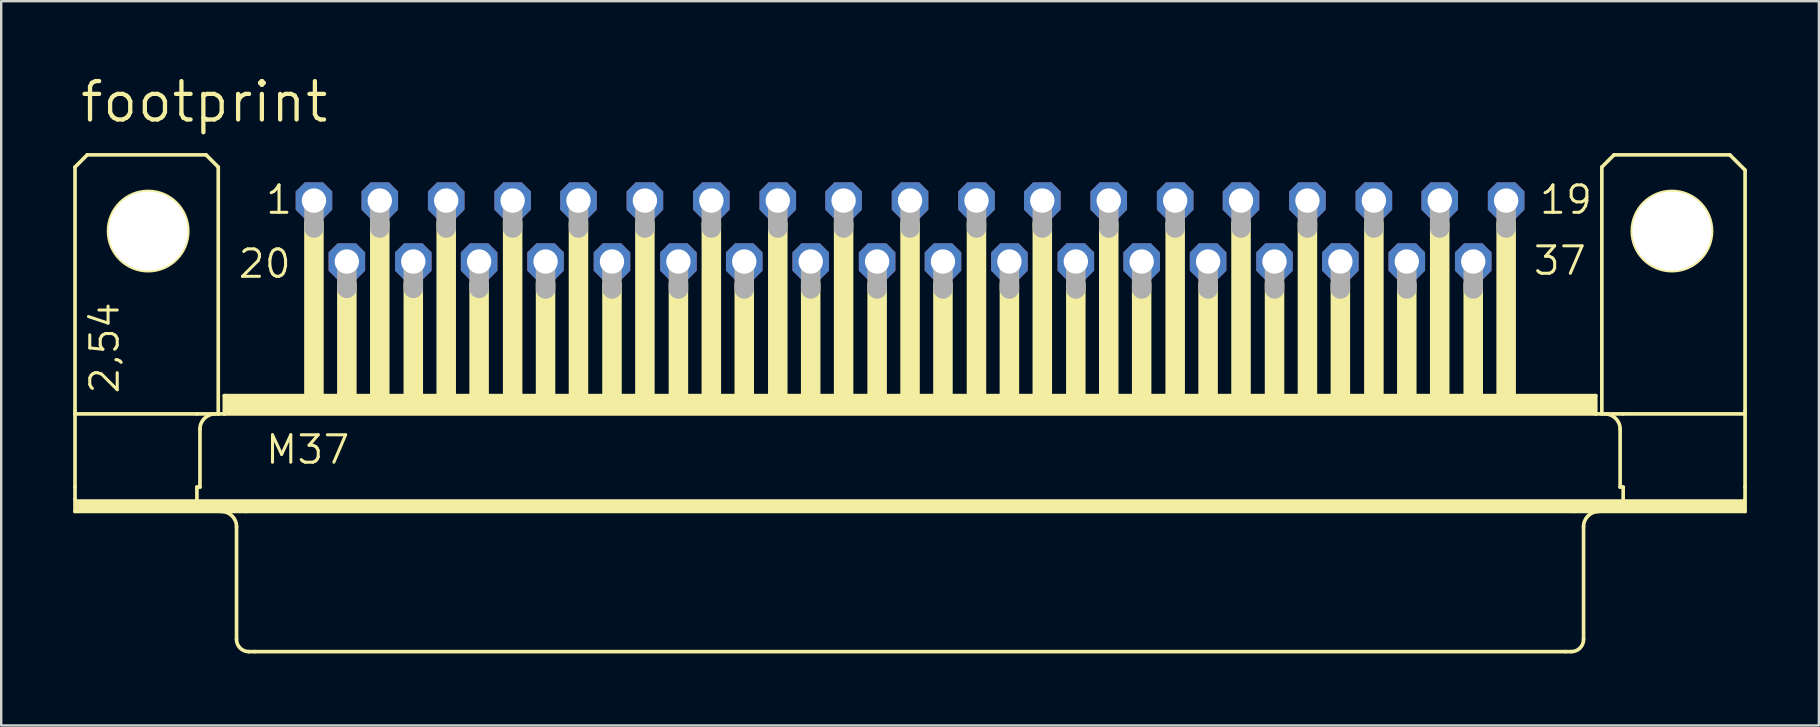
<source format=kicad_pcb>
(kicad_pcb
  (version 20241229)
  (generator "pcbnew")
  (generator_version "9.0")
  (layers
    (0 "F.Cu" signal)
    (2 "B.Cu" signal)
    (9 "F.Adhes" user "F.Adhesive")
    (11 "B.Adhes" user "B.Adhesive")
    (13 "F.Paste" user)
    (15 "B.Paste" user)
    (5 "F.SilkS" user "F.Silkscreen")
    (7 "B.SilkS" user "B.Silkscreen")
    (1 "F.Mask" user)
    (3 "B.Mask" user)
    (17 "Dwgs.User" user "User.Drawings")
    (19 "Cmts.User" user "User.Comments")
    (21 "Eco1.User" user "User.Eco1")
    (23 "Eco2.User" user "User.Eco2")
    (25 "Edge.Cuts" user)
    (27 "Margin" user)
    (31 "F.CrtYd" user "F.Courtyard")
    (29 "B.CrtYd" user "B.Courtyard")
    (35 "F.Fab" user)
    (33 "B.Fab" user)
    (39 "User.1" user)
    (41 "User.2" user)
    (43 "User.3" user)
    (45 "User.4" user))
  (footprint "footprint"
    (layer "F.Cu")
    (at 34.874 6.579)
    (property "Reference" "footprint" (at -34.671 -4.445 0) (layer "F.SilkS") (effects (font (size 1.6 1.6) (thickness 0.178)) (justify left bottom)))
    (fp_line (start -34.798 -2.667) (end -34.798 7.493) (stroke (width 0.152) (type solid)) (layer "F.SilkS"))
    (fp_line (start -34.798 7.62) (end -34.798 7.493) (stroke (width 0.152) (type solid)) (layer "F.SilkS"))
    (fp_line (start -34.798 10.668) (end -34.798 7.62) (stroke (width 0.152) (type solid)) (layer "F.SilkS"))
    (fp_line (start -34.798 11.176) (end -34.798 10.668) (stroke (width 0.152) (type solid)) (layer "F.SilkS"))
    (fp_line (start -34.798 11.684) (end -34.798 11.176) (stroke (width 0.152) (type solid)) (layer "F.SilkS"))
    (fp_line (start -34.29 -3.175) (end -34.798 -2.667) (stroke (width 0.152) (type solid)) (layer "F.SilkS"))
    (fp_line (start -29.718 7.62) (end -34.798 7.62) (stroke (width 0.152) (type solid)) (layer "F.SilkS"))
    (fp_line (start -29.718 10.668) (end -29.718 11.176) (stroke (width 0.152) (type solid)) (layer "F.SilkS"))
    (fp_line (start -29.591 8.255) (end -29.591 10.668) (stroke (width 0.152) (type solid)) (layer "F.SilkS"))
    (fp_line (start -29.591 10.668) (end -29.718 10.668) (stroke (width 0.152) (type solid)) (layer "F.SilkS"))
    (fp_line (start -29.337 -3.175) (end -34.29 -3.175) (stroke (width 0.152) (type solid)) (layer "F.SilkS"))
    (fp_line (start -28.829 -2.667) (end -29.337 -3.175) (stroke (width 0.152) (type solid)) (layer "F.SilkS"))
    (fp_line (start -28.829 -2.667) (end -28.829 7.62) (stroke (width 0.152) (type solid)) (layer "F.SilkS"))
    (fp_line (start -28.829 7.62) (end -29.718 7.62) (stroke (width 0.152) (type solid)) (layer "F.SilkS"))
    (fp_line (start -28.575 7.62) (end -28.829 7.62) (stroke (width 0.152) (type solid)) (layer "F.SilkS"))
    (fp_line (start -28.575 7.62) (end -28.575 6.858) (stroke (width 0.152) (type solid)) (layer "F.SilkS"))
    (fp_line (start -28.067 12.319) (end -28.067 17.018) (stroke (width 0.152) (type solid)) (layer "F.SilkS"))
    (fp_line (start -27.686 11.684) (end -34.798 11.684) (stroke (width 0.152) (type solid)) (layer "F.SilkS"))
    (fp_line (start -27.305 17.526) (end -27.559 17.526) (stroke (width 0.152) (type solid)) (layer "F.SilkS"))
    (fp_line (start 27.305 17.526) (end -27.305 17.526) (stroke (width 0.152) (type solid)) (layer "F.SilkS"))
    (fp_line (start 27.559 17.526) (end 27.305 17.526) (stroke (width 0.152) (type solid)) (layer "F.SilkS"))
    (fp_line (start 27.686 11.684) (end -27.686 11.684) (stroke (width 0.152) (type solid)) (layer "F.SilkS"))
    (fp_line (start 28.067 12.319) (end 28.067 17.018) (stroke (width 0.152) (type solid)) (layer "F.SilkS"))
    (fp_line (start 28.575 6.858) (end -28.575 6.858) (stroke (width 0.152) (type solid)) (layer "F.SilkS"))
    (fp_line (start 28.575 7.62) (end -28.575 7.62) (stroke (width 0.152) (type solid)) (layer "F.SilkS"))
    (fp_line (start 28.575 7.62) (end 28.575 6.858) (stroke (width 0.152) (type solid)) (layer "F.SilkS"))
    (fp_line (start 28.829 -2.667) (end 28.829 7.62) (stroke (width 0.152) (type solid)) (layer "F.SilkS"))
    (fp_line (start 28.829 7.62) (end 28.575 7.62) (stroke (width 0.152) (type solid)) (layer "F.SilkS"))
    (fp_line (start 29.337 -3.175) (end 28.829 -2.667) (stroke (width 0.152) (type solid)) (layer "F.SilkS"))
    (fp_line (start 29.337 -3.175) (end 34.163 -3.175) (stroke (width 0.152) (type solid)) (layer "F.SilkS"))
    (fp_line (start 29.591 8.255) (end 29.591 10.668) (stroke (width 0.152) (type solid)) (layer "F.SilkS"))
    (fp_line (start 29.718 7.62) (end 28.829 7.62) (stroke (width 0.152) (type solid)) (layer "F.SilkS"))
    (fp_line (start 29.718 10.668) (end 29.591 10.668) (stroke (width 0.152) (type solid)) (layer "F.SilkS"))
    (fp_line (start 29.718 10.668) (end 29.718 11.176) (stroke (width 0.152) (type solid)) (layer "F.SilkS"))
    (fp_line (start 34.163 -3.175) (end 34.798 -2.54) (stroke (width 0.152) (type solid)) (layer "F.SilkS"))
    (fp_line (start 34.798 -2.54) (end 34.798 7.493) (stroke (width 0.152) (type solid)) (layer "F.SilkS"))
    (fp_line (start 34.798 7.62) (end 29.718 7.62) (stroke (width 0.152) (type solid)) (layer "F.SilkS"))
    (fp_line (start 34.798 7.62) (end 34.798 7.493) (stroke (width 0.152) (type solid)) (layer "F.SilkS"))
    (fp_line (start 34.798 7.62) (end 34.798 10.668) (stroke (width 0.152) (type solid)) (layer "F.SilkS"))
    (fp_line (start 34.798 10.668) (end 34.798 11.176) (stroke (width 0.152) (type solid)) (layer "F.SilkS"))
    (fp_line (start 34.798 11.176) (end 34.798 11.684) (stroke (width 0.152) (type solid)) (layer "F.SilkS"))
    (fp_line (start 34.798 11.684) (end 27.686 11.684) (stroke (width 0.152) (type solid)) (layer "F.SilkS"))
    (fp_arc (start -29.591 8.255) (mid -29.405013 7.805987) (end -28.956 7.62) (stroke (width 0.1524) (type solid)) (layer "F.SilkS"))
    (fp_arc (start -28.702 11.684) (mid -28.252987 11.869987) (end -28.067 12.319) (stroke (width 0.1524) (type solid)) (layer "F.SilkS"))
    (fp_arc (start -27.559 17.526) (mid -27.91821 17.37721) (end -28.067 17.018) (stroke (width 0.1524) (type solid)) (layer "F.SilkS"))
    (fp_arc (start 28.067 12.319) (mid 28.252987 11.869987) (end 28.702 11.684) (stroke (width 0.1524) (type solid)) (layer "F.SilkS"))
    (fp_arc (start 28.067 17.018) (mid 27.91821 17.37721) (end 27.559 17.526) (stroke (width 0.1524) (type solid)) (layer "F.SilkS"))
    (fp_arc (start 28.956 7.62) (mid 29.405013 7.805987) (end 29.591 8.255) (stroke (width 0.1524) (type solid)) (layer "F.SilkS"))
    (fp_circle (center -31.75 0) (end -30.099 0) (stroke (width 0.152) (type solid)) (fill no) (layer "F.SilkS"))
    (fp_circle (center 31.75 0) (end 33.401 0) (stroke (width 0.152) (type solid)) (fill no) (layer "F.SilkS"))
    (fp_poly (pts (xy -34.798 11.684) (xy 34.798 11.684) (xy 34.798 11.176) (xy -34.798 11.176)) (stroke (width 0) (type solid)) (fill yes) (layer "F.SilkS"))
    (fp_poly (pts (xy -28.575 7.62) (xy 28.575 7.62) (xy 28.575 6.858) (xy -28.575 6.858)) (stroke (width 0) (type solid)) (fill yes) (layer "F.SilkS"))
    (fp_poly (pts (xy -25.248 6.833) (xy -24.435 6.833) (xy -24.435 -0.406) (xy -25.248 -0.406)) (stroke (width 0) (type solid)) (fill yes) (layer "F.SilkS"))
    (fp_poly (pts (xy -23.876 6.833) (xy -23.063 6.833) (xy -23.063 2.134) (xy -23.876 2.134)) (stroke (width 0) (type solid)) (fill yes) (layer "F.SilkS"))
    (fp_poly (pts (xy -22.504 6.833) (xy -21.692 6.833) (xy -21.692 -0.406) (xy -22.504 -0.406)) (stroke (width 0) (type solid)) (fill yes) (layer "F.SilkS"))
    (fp_poly (pts (xy -21.107 6.833) (xy -20.295 6.833) (xy -20.295 2.134) (xy -21.107 2.134)) (stroke (width 0) (type solid)) (fill yes) (layer "F.SilkS"))
    (fp_poly (pts (xy -19.736 6.833) (xy -18.923 6.833) (xy -18.923 -0.406) (xy -19.736 -0.406)) (stroke (width 0) (type solid)) (fill yes) (layer "F.SilkS"))
    (fp_poly (pts (xy -18.364 6.833) (xy -17.551 6.833) (xy -17.551 2.134) (xy -18.364 2.134)) (stroke (width 0) (type solid)) (fill yes) (layer "F.SilkS"))
    (fp_poly (pts (xy -16.967 6.833) (xy -16.154 6.833) (xy -16.154 -0.406) (xy -16.967 -0.406)) (stroke (width 0) (type solid)) (fill yes) (layer "F.SilkS"))
    (fp_poly (pts (xy -15.596 6.833) (xy -14.783 6.833) (xy -14.783 2.134) (xy -15.596 2.134)) (stroke (width 0) (type solid)) (fill yes) (layer "F.SilkS"))
    (fp_poly (pts (xy -14.224 6.858) (xy -13.411 6.858) (xy -13.411 -0.381) (xy -14.224 -0.381)) (stroke (width 0) (type solid)) (fill yes) (layer "F.SilkS"))
    (fp_poly (pts (xy -12.827 6.858) (xy -12.014 6.858) (xy -12.014 2.159) (xy -12.827 2.159)) (stroke (width 0) (type solid)) (fill yes) (layer "F.SilkS"))
    (fp_poly (pts (xy -11.455 6.858) (xy -10.643 6.858) (xy -10.643 -0.381) (xy -11.455 -0.381)) (stroke (width 0) (type solid)) (fill yes) (layer "F.SilkS"))
    (fp_poly (pts (xy -10.058 6.858) (xy -9.246 6.858) (xy -9.246 2.159) (xy -10.058 2.159)) (stroke (width 0) (type solid)) (fill yes) (layer "F.SilkS"))
    (fp_poly (pts (xy -8.687 6.858) (xy -7.874 6.858) (xy -7.874 -0.381) (xy -8.687 -0.381)) (stroke (width 0) (type solid)) (fill yes) (layer "F.SilkS"))
    (fp_poly (pts (xy -7.315 6.858) (xy -6.502 6.858) (xy -6.502 2.159) (xy -7.315 2.159)) (stroke (width 0) (type solid)) (fill yes) (layer "F.SilkS"))
    (fp_poly (pts (xy -5.918 6.858) (xy -5.105 6.858) (xy -5.105 -0.381) (xy -5.918 -0.381)) (stroke (width 0) (type solid)) (fill yes) (layer "F.SilkS"))
    (fp_poly (pts (xy -4.547 6.858) (xy -3.734 6.858) (xy -3.734 2.159) (xy -4.547 2.159)) (stroke (width 0) (type solid)) (fill yes) (layer "F.SilkS"))
    (fp_poly (pts (xy -3.175 6.858) (xy -2.362 6.858) (xy -2.362 -0.381) (xy -3.175 -0.381)) (stroke (width 0) (type solid)) (fill yes) (layer "F.SilkS"))
    (fp_poly (pts (xy -1.778 6.858) (xy -0.965 6.858) (xy -0.965 2.159) (xy -1.778 2.159)) (stroke (width 0) (type solid)) (fill yes) (layer "F.SilkS"))
    (fp_poly (pts (xy -0.406 6.858) (xy 0.406 6.858) (xy 0.406 -0.381) (xy -0.406 -0.381)) (stroke (width 0) (type solid)) (fill yes) (layer "F.SilkS"))
    (fp_poly (pts (xy 0.965 6.858) (xy 1.778 6.858) (xy 1.778 2.159) (xy 0.965 2.159)) (stroke (width 0) (type solid)) (fill yes) (layer "F.SilkS"))
    (fp_poly (pts (xy 2.362 6.858) (xy 3.175 6.858) (xy 3.175 -0.381) (xy 2.362 -0.381)) (stroke (width 0) (type solid)) (fill yes) (layer "F.SilkS"))
    (fp_poly (pts (xy 3.734 6.858) (xy 4.547 6.858) (xy 4.547 2.159) (xy 3.734 2.159)) (stroke (width 0) (type solid)) (fill yes) (layer "F.SilkS"))
    (fp_poly (pts (xy 5.105 6.858) (xy 5.918 6.858) (xy 5.918 -0.381) (xy 5.105 -0.381)) (stroke (width 0) (type solid)) (fill yes) (layer "F.SilkS"))
    (fp_poly (pts (xy 6.502 6.858) (xy 7.315 6.858) (xy 7.315 2.159) (xy 6.502 2.159)) (stroke (width 0) (type solid)) (fill yes) (layer "F.SilkS"))
    (fp_poly (pts (xy 7.874 6.858) (xy 8.687 6.858) (xy 8.687 -0.381) (xy 7.874 -0.381)) (stroke (width 0) (type solid)) (fill yes) (layer "F.SilkS"))
    (fp_poly (pts (xy 9.246 6.858) (xy 10.058 6.858) (xy 10.058 2.159) (xy 9.246 2.159)) (stroke (width 0) (type solid)) (fill yes) (layer "F.SilkS"))
    (fp_poly (pts (xy 10.643 6.858) (xy 11.455 6.858) (xy 11.455 -0.381) (xy 10.643 -0.381)) (stroke (width 0) (type solid)) (fill yes) (layer "F.SilkS"))
    (fp_poly (pts (xy 12.014 6.858) (xy 12.827 6.858) (xy 12.827 2.159) (xy 12.014 2.159)) (stroke (width 0) (type solid)) (fill yes) (layer "F.SilkS"))
    (fp_poly (pts (xy 13.386 6.858) (xy 14.199 6.858) (xy 14.199 -0.381) (xy 13.386 -0.381)) (stroke (width 0) (type solid)) (fill yes) (layer "F.SilkS"))
    (fp_poly (pts (xy 14.783 6.858) (xy 15.596 6.858) (xy 15.596 2.159) (xy 14.783 2.159)) (stroke (width 0) (type solid)) (fill yes) (layer "F.SilkS"))
    (fp_poly (pts (xy 16.154 6.858) (xy 16.967 6.858) (xy 16.967 -0.381) (xy 16.154 -0.381)) (stroke (width 0) (type solid)) (fill yes) (layer "F.SilkS"))
    (fp_poly (pts (xy 17.526 6.858) (xy 18.339 6.858) (xy 18.339 2.159) (xy 17.526 2.159)) (stroke (width 0) (type solid)) (fill yes) (layer "F.SilkS"))
    (fp_poly (pts (xy 18.923 6.858) (xy 19.736 6.858) (xy 19.736 -0.381) (xy 18.923 -0.381)) (stroke (width 0) (type solid)) (fill yes) (layer "F.SilkS"))
    (fp_poly (pts (xy 20.295 6.858) (xy 21.107 6.858) (xy 21.107 2.159) (xy 20.295 2.159)) (stroke (width 0) (type solid)) (fill yes) (layer "F.SilkS"))
    (fp_poly (pts (xy 21.666 6.858) (xy 22.479 6.858) (xy 22.479 -0.381) (xy 21.666 -0.381)) (stroke (width 0) (type solid)) (fill yes) (layer "F.SilkS"))
    (fp_poly (pts (xy 23.063 6.858) (xy 23.876 6.858) (xy 23.876 2.159) (xy 23.063 2.159)) (stroke (width 0) (type solid)) (fill yes) (layer "F.SilkS"))
    (fp_poly (pts (xy 24.435 6.858) (xy 25.248 6.858) (xy 25.248 -0.381) (xy 24.435 -0.381)) (stroke (width 0) (type solid)) (fill yes) (layer "F.SilkS"))
    (fp_line (start -24.841 -1.143) (end -24.841 -0.127) (stroke (width 0.813) (type solid)) (layer "F.Fab"))
    (fp_line (start -23.47 1.372) (end -23.47 2.388) (stroke (width 0.813) (type solid)) (layer "F.Fab"))
    (fp_line (start -22.098 -1.143) (end -22.098 -0.127) (stroke (width 0.813) (type solid)) (layer "F.Fab"))
    (fp_line (start -20.701 1.372) (end -20.701 2.388) (stroke (width 0.813) (type solid)) (layer "F.Fab"))
    (fp_line (start -19.329 -1.143) (end -19.329 -0.127) (stroke (width 0.813) (type solid)) (layer "F.Fab"))
    (fp_line (start -17.958 1.372) (end -17.958 2.388) (stroke (width 0.813) (type solid)) (layer "F.Fab"))
    (fp_line (start -16.561 -1.143) (end -16.561 -0.127) (stroke (width 0.813) (type solid)) (layer "F.Fab"))
    (fp_line (start -15.189 1.397) (end -15.189 2.413) (stroke (width 0.813) (type solid)) (layer "F.Fab"))
    (fp_line (start -13.818 -1.143) (end -13.818 -0.127) (stroke (width 0.813) (type solid)) (layer "F.Fab"))
    (fp_line (start -12.421 1.397) (end -12.421 2.413) (stroke (width 0.813) (type solid)) (layer "F.Fab"))
    (fp_line (start -11.049 -1.143) (end -11.049 -0.127) (stroke (width 0.813) (type solid)) (layer "F.Fab"))
    (fp_line (start -9.652 1.397) (end -9.652 2.413) (stroke (width 0.813) (type solid)) (layer "F.Fab"))
    (fp_line (start -8.28 -1.143) (end -8.28 -0.127) (stroke (width 0.813) (type solid)) (layer "F.Fab"))
    (fp_line (start -6.909 1.397) (end -6.909 2.413) (stroke (width 0.813) (type solid)) (layer "F.Fab"))
    (fp_line (start -5.512 -1.143) (end -5.512 -0.127) (stroke (width 0.813) (type solid)) (layer "F.Fab"))
    (fp_line (start -4.14 1.397) (end -4.14 2.413) (stroke (width 0.813) (type solid)) (layer "F.Fab"))
    (fp_line (start -2.769 -1.143) (end -2.769 -0.127) (stroke (width 0.813) (type solid)) (layer "F.Fab"))
    (fp_line (start -1.372 1.397) (end -1.372 2.413) (stroke (width 0.813) (type solid)) (layer "F.Fab"))
    (fp_line (start 0 -1.143) (end 0 -0.127) (stroke (width 0.813) (type solid)) (layer "F.Fab"))
    (fp_line (start 1.372 1.397) (end 1.372 2.413) (stroke (width 0.813) (type solid)) (layer "F.Fab"))
    (fp_line (start 2.769 -1.143) (end 2.769 -0.127) (stroke (width 0.813) (type solid)) (layer "F.Fab"))
    (fp_line (start 4.14 1.397) (end 4.14 2.413) (stroke (width 0.813) (type solid)) (layer "F.Fab"))
    (fp_line (start 5.512 -1.143) (end 5.512 -0.127) (stroke (width 0.813) (type solid)) (layer "F.Fab"))
    (fp_line (start 6.909 1.397) (end 6.909 2.413) (stroke (width 0.813) (type solid)) (layer "F.Fab"))
    (fp_line (start 8.28 -1.143) (end 8.28 -0.127) (stroke (width 0.813) (type solid)) (layer "F.Fab"))
    (fp_line (start 9.652 1.397) (end 9.652 2.413) (stroke (width 0.813) (type solid)) (layer "F.Fab"))
    (fp_line (start 11.049 -1.143) (end 11.049 -0.127) (stroke (width 0.813) (type solid)) (layer "F.Fab"))
    (fp_line (start 12.421 1.397) (end 12.421 2.413) (stroke (width 0.813) (type solid)) (layer "F.Fab"))
    (fp_line (start 13.792 -1.143) (end 13.792 -0.127) (stroke (width 0.813) (type solid)) (layer "F.Fab"))
    (fp_line (start 15.189 1.397) (end 15.189 2.413) (stroke (width 0.813) (type solid)) (layer "F.Fab"))
    (fp_line (start 16.561 -1.143) (end 16.561 -0.127) (stroke (width 0.813) (type solid)) (layer "F.Fab"))
    (fp_line (start 17.932 1.397) (end 17.932 2.413) (stroke (width 0.813) (type solid)) (layer "F.Fab"))
    (fp_line (start 19.329 -1.143) (end 19.329 -0.127) (stroke (width 0.813) (type solid)) (layer "F.Fab"))
    (fp_line (start 20.701 1.397) (end 20.701 2.413) (stroke (width 0.813) (type solid)) (layer "F.Fab"))
    (fp_line (start 22.073 -1.143) (end 22.073 -0.127) (stroke (width 0.813) (type solid)) (layer "F.Fab"))
    (fp_line (start 23.47 1.397) (end 23.47 2.413) (stroke (width 0.813) (type solid)) (layer "F.Fab"))
    (fp_line (start 24.841 -1.143) (end 24.841 -0.127) (stroke (width 0.813) (type solid)) (layer "F.Fab"))
    (fp_text user "2,54" (at -32.893 6.858 90) (layer "F.SilkS") (effects (font (size 1.143 1.143) (thickness 0.127)) (justify left bottom)))
    (fp_text user "37" (at 25.908 1.905 0) (layer "F.SilkS") (effects (font (size 1.143 1.143) (thickness 0.127)) (justify left bottom)))
    (fp_text user "19" (at 26.162 -0.635 0) (layer "F.SilkS") (effects (font (size 1.143 1.143) (thickness 0.127)) (justify left bottom)))
    (fp_text user "1" (at -26.924 -0.635 0) (layer "F.SilkS") (effects (font (size 1.143 1.143) (thickness 0.127)) (justify left bottom)))
    (fp_text user "20" (at -28.067 2.032 0) (layer "F.SilkS") (effects (font (size 1.143 1.143) (thickness 0.127)) (justify left bottom)))
    (fp_text user "M37" (at -26.924 9.779 0) (layer "F.SilkS") (effects (font (size 1.143 1.143) (thickness 0.127)) (justify left bottom)))
    (pad "" np_thru_hole circle (at -31.75 0) (size 3.302 3.302) (drill 3.302) (layers "*.Cu" "*.Mask"))
    (pad "" np_thru_hole circle (at 31.75 0) (size 3.302 3.302) (drill 3.302) (layers "*.Cu" "*.Mask"))
    (pad "1" thru_hole roundrect (at -24.841 -1.27) (size 1.524 1.524) (drill 1.016) (layers "*.Cu" "*.Mask") (roundrect_rratio 0.25) (chamfer_ratio 0.25) (chamfer top_left top_right bottom_left bottom_right))
    (pad "2" thru_hole roundrect (at -22.098 -1.27) (size 1.524 1.524) (drill 1.016) (layers "*.Cu" "*.Mask") (roundrect_rratio 0.25) (chamfer_ratio 0.25) (chamfer top_left top_right bottom_left bottom_right))
    (pad "3" thru_hole roundrect (at -19.329 -1.27) (size 1.524 1.524) (drill 1.016) (layers "*.Cu" "*.Mask") (roundrect_rratio 0.25) (chamfer_ratio 0.25) (chamfer top_left top_right bottom_left bottom_right))
    (pad "4" thru_hole roundrect (at -16.561 -1.27) (size 1.524 1.524) (drill 1.016) (layers "*.Cu" "*.Mask") (roundrect_rratio 0.25) (chamfer_ratio 0.25) (chamfer top_left top_right bottom_left bottom_right))
    (pad "5" thru_hole roundrect (at -13.818 -1.27) (size 1.524 1.524) (drill 1.016) (layers "*.Cu" "*.Mask") (roundrect_rratio 0.25) (chamfer_ratio 0.25) (chamfer top_left top_right bottom_left bottom_right))
    (pad "6" thru_hole roundrect (at -11.049 -1.27) (size 1.524 1.524) (drill 1.016) (layers "*.Cu" "*.Mask") (roundrect_rratio 0.25) (chamfer_ratio 0.25) (chamfer top_left top_right bottom_left bottom_right))
    (pad "7" thru_hole roundrect (at -8.28 -1.27) (size 1.524 1.524) (drill 1.016) (layers "*.Cu" "*.Mask") (roundrect_rratio 0.25) (chamfer_ratio 0.25) (chamfer top_left top_right bottom_left bottom_right))
    (pad "8" thru_hole roundrect (at -5.512 -1.27) (size 1.524 1.524) (drill 1.016) (layers "*.Cu" "*.Mask") (roundrect_rratio 0.25) (chamfer_ratio 0.25) (chamfer top_left top_right bottom_left bottom_right))
    (pad "9" thru_hole roundrect (at -2.769 -1.27) (size 1.524 1.524) (drill 1.016) (layers "*.Cu" "*.Mask") (roundrect_rratio 0.25) (chamfer_ratio 0.25) (chamfer top_left top_right bottom_left bottom_right))
    (pad "10" thru_hole roundrect (at 0 -1.27) (size 1.524 1.524) (drill 1.016) (layers "*.Cu" "*.Mask") (roundrect_rratio 0.25) (chamfer_ratio 0.25) (chamfer top_left top_right bottom_left bottom_right))
    (pad "11" thru_hole roundrect (at 2.769 -1.27) (size 1.524 1.524) (drill 1.016) (layers "*.Cu" "*.Mask") (roundrect_rratio 0.25) (chamfer_ratio 0.25) (chamfer top_left top_right bottom_left bottom_right))
    (pad "12" thru_hole roundrect (at 5.512 -1.27) (size 1.524 1.524) (drill 1.016) (layers "*.Cu" "*.Mask") (roundrect_rratio 0.25) (chamfer_ratio 0.25) (chamfer top_left top_right bottom_left bottom_right))
    (pad "13" thru_hole roundrect (at 8.28 -1.27) (size 1.524 1.524) (drill 1.016) (layers "*.Cu" "*.Mask") (roundrect_rratio 0.25) (chamfer_ratio 0.25) (chamfer top_left top_right bottom_left bottom_right))
    (pad "14" thru_hole roundrect (at 11.049 -1.27) (size 1.524 1.524) (drill 1.016) (layers "*.Cu" "*.Mask") (roundrect_rratio 0.25) (chamfer_ratio 0.25) (chamfer top_left top_right bottom_left bottom_right))
    (pad "15" thru_hole roundrect (at 13.792 -1.27) (size 1.524 1.524) (drill 1.016) (layers "*.Cu" "*.Mask") (roundrect_rratio 0.25) (chamfer_ratio 0.25) (chamfer top_left top_right bottom_left bottom_right))
    (pad "16" thru_hole roundrect (at 16.561 -1.27) (size 1.524 1.524) (drill 1.016) (layers "*.Cu" "*.Mask") (roundrect_rratio 0.25) (chamfer_ratio 0.25) (chamfer top_left top_right bottom_left bottom_right))
    (pad "17" thru_hole roundrect (at 19.329 -1.27) (size 1.524 1.524) (drill 1.016) (layers "*.Cu" "*.Mask") (roundrect_rratio 0.25) (chamfer_ratio 0.25) (chamfer top_left top_right bottom_left bottom_right))
    (pad "18" thru_hole roundrect (at 22.073 -1.27) (size 1.524 1.524) (drill 1.016) (layers "*.Cu" "*.Mask") (roundrect_rratio 0.25) (chamfer_ratio 0.25) (chamfer top_left top_right bottom_left bottom_right))
    (pad "19" thru_hole roundrect (at 24.841 -1.27) (size 1.524 1.524) (drill 1.016) (layers "*.Cu" "*.Mask") (roundrect_rratio 0.25) (chamfer_ratio 0.25) (chamfer top_left top_right bottom_left bottom_right))
    (pad "20" thru_hole roundrect (at -23.47 1.27) (size 1.524 1.524) (drill 1.016) (layers "*.Cu" "*.Mask") (roundrect_rratio 0.25) (chamfer_ratio 0.25) (chamfer top_left top_right bottom_left bottom_right))
    (pad "21" thru_hole roundrect (at -20.701 1.27) (size 1.524 1.524) (drill 1.016) (layers "*.Cu" "*.Mask") (roundrect_rratio 0.25) (chamfer_ratio 0.25) (chamfer top_left top_right bottom_left bottom_right))
    (pad "22" thru_hole roundrect (at -17.958 1.27) (size 1.524 1.524) (drill 1.016) (layers "*.Cu" "*.Mask") (roundrect_rratio 0.25) (chamfer_ratio 0.25) (chamfer top_left top_right bottom_left bottom_right))
    (pad "23" thru_hole roundrect (at -15.189 1.27) (size 1.524 1.524) (drill 1.016) (layers "*.Cu" "*.Mask") (roundrect_rratio 0.25) (chamfer_ratio 0.25) (chamfer top_left top_right bottom_left bottom_right))
    (pad "24" thru_hole roundrect (at -12.421 1.27) (size 1.524 1.524) (drill 1.016) (layers "*.Cu" "*.Mask") (roundrect_rratio 0.25) (chamfer_ratio 0.25) (chamfer top_left top_right bottom_left bottom_right))
    (pad "25" thru_hole roundrect (at -9.652 1.27) (size 1.524 1.524) (drill 1.016) (layers "*.Cu" "*.Mask") (roundrect_rratio 0.25) (chamfer_ratio 0.25) (chamfer top_left top_right bottom_left bottom_right))
    (pad "26" thru_hole roundrect (at -6.909 1.27) (size 1.524 1.524) (drill 1.016) (layers "*.Cu" "*.Mask") (roundrect_rratio 0.25) (chamfer_ratio 0.25) (chamfer top_left top_right bottom_left bottom_right))
    (pad "27" thru_hole roundrect (at -4.14 1.27) (size 1.524 1.524) (drill 1.016) (layers "*.Cu" "*.Mask") (roundrect_rratio 0.25) (chamfer_ratio 0.25) (chamfer top_left top_right bottom_left bottom_right))
    (pad "28" thru_hole roundrect (at -1.372 1.27) (size 1.524 1.524) (drill 1.016) (layers "*.Cu" "*.Mask") (roundrect_rratio 0.25) (chamfer_ratio 0.25) (chamfer top_left top_right bottom_left bottom_right))
    (pad "29" thru_hole roundrect (at 1.372 1.27) (size 1.524 1.524) (drill 1.016) (layers "*.Cu" "*.Mask") (roundrect_rratio 0.25) (chamfer_ratio 0.25) (chamfer top_left top_right bottom_left bottom_right))
    (pad "30" thru_hole roundrect (at 4.14 1.27) (size 1.524 1.524) (drill 1.016) (layers "*.Cu" "*.Mask") (roundrect_rratio 0.25) (chamfer_ratio 0.25) (chamfer top_left top_right bottom_left bottom_right))
    (pad "31" thru_hole roundrect (at 6.909 1.27) (size 1.524 1.524) (drill 1.016) (layers "*.Cu" "*.Mask") (roundrect_rratio 0.25) (chamfer_ratio 0.25) (chamfer top_left top_right bottom_left bottom_right))
    (pad "32" thru_hole roundrect (at 9.652 1.27) (size 1.524 1.524) (drill 1.016) (layers "*.Cu" "*.Mask") (roundrect_rratio 0.25) (chamfer_ratio 0.25) (chamfer top_left top_right bottom_left bottom_right))
    (pad "33" thru_hole roundrect (at 12.421 1.27) (size 1.524 1.524) (drill 1.016) (layers "*.Cu" "*.Mask") (roundrect_rratio 0.25) (chamfer_ratio 0.25) (chamfer top_left top_right bottom_left bottom_right))
    (pad "34" thru_hole roundrect (at 15.189 1.27) (size 1.524 1.524) (drill 1.016) (layers "*.Cu" "*.Mask") (roundrect_rratio 0.25) (chamfer_ratio 0.25) (chamfer top_left top_right bottom_left bottom_right))
    (pad "35" thru_hole roundrect (at 17.932 1.27) (size 1.524 1.524) (drill 1.016) (layers "*.Cu" "*.Mask") (roundrect_rratio 0.25) (chamfer_ratio 0.25) (chamfer top_left top_right bottom_left bottom_right))
    (pad "36" thru_hole roundrect (at 20.701 1.27) (size 1.524 1.524) (drill 1.016) (layers "*.Cu" "*.Mask") (roundrect_rratio 0.25) (chamfer_ratio 0.25) (chamfer top_left top_right bottom_left bottom_right))
    (pad "37" thru_hole roundrect (at 23.47 1.27) (size 1.524 1.524) (drill 1.016) (layers "*.Cu" "*.Mask") (roundrect_rratio 0.25) (chamfer_ratio 0.25) (chamfer top_left top_right bottom_left bottom_right))
    (zone (net_name "") (layers "F.Cu" "B.Cu") (hatch edge 0.508) (connect_pads) (min_thickness 0.254) (filled_areas_thickness no) (keepout (tracks allowed) (vias not_allowed) (pads allowed) (copperpour allowed) (footprints allowed)) (placement (enabled no)) (fill) (polygon (pts (xy 5.791 6.579) (xy 5.751 6.115) (xy 5.63 5.666) (xy 5.434 5.245) (xy 5.167 4.864) (xy 4.839 4.536) (xy 4.458 4.269) (xy 4.036 4.072) (xy 3.587 3.952) (xy 3.124 3.912) (xy 2.661 3.952) (xy 2.212 4.072) (xy 1.791 4.269) (xy 1.41 4.536) (xy 1.081 4.864) (xy 0.815 5.245) (xy 0.618 5.666) (xy 0.498 6.115) (xy 0.457 6.579) (xy 0.498 7.042) (xy 0.618 7.491) (xy 0.815 7.912) (xy 1.081 8.293) (xy 1.41 8.622) (xy 1.791 8.888) (xy 2.212 9.085) (xy 2.661 9.205) (xy 3.124 9.246) (xy 3.587 9.205) (xy 4.036 9.085) (xy 4.458 8.888) (xy 4.839 8.622) (xy 5.167 8.293) (xy 5.434 7.912) (xy 5.63 7.491) (xy 5.751 7.042))))
    (zone (net_name "") (layers "F.Cu" "B.Cu") (hatch edge 0.508) (connect_pads) (min_thickness 0.254) (filled_areas_thickness no) (keepout (tracks allowed) (vias not_allowed) (pads allowed) (copperpour allowed) (footprints allowed)) (placement (enabled no)) (fill) (polygon (pts (xy 69.291 6.579) (xy 69.251 6.115) (xy 69.13 5.666) (xy 68.934 5.245) (xy 68.667 4.864) (xy 68.339 4.536) (xy 67.958 4.269) (xy 67.536 4.072) (xy 67.087 3.952) (xy 66.624 3.912) (xy 66.161 3.952) (xy 65.712 4.072) (xy 65.291 4.269) (xy 64.91 4.536) (xy 64.581 4.864) (xy 64.315 5.245) (xy 64.118 5.666) (xy 63.998 6.115) (xy 63.957 6.579) (xy 63.998 7.042) (xy 64.118 7.491) (xy 64.315 7.912) (xy 64.581 8.293) (xy 64.91 8.622) (xy 65.291 8.888) (xy 65.712 9.085) (xy 66.161 9.205) (xy 66.624 9.246) (xy 67.087 9.205) (xy 67.536 9.085) (xy 67.958 8.888) (xy 68.339 8.622) (xy 68.667 8.293) (xy 68.934 7.912) (xy 69.13 7.491) (xy 69.251 7.042))))
    (zone (net_name "") (layer "B.Cu") (hatch edge 0.508) (connect_pads) (min_thickness 0.254) (filled_areas_thickness no) (keepout (tracks not_allowed) (vias not_allowed) (pads not_allowed) (copperpour not_allowed) (footprints allowed)) (placement (enabled no)) (fill) (polygon (pts (xy 5.791 6.579) (xy 5.751 6.115) (xy 5.63 5.666) (xy 5.434 5.245) (xy 5.167 4.864) (xy 4.839 4.536) (xy 4.458 4.269) (xy 4.036 4.072) (xy 3.587 3.952) (xy 3.124 3.912) (xy 2.661 3.952) (xy 2.212 4.072) (xy 1.791 4.269) (xy 1.41 4.536) (xy 1.081 4.864) (xy 0.815 5.245) (xy 0.618 5.666) (xy 0.498 6.115) (xy 0.457 6.579) (xy 0.498 7.042) (xy 0.618 7.491) (xy 0.815 7.912) (xy 1.081 8.293) (xy 1.41 8.622) (xy 1.791 8.888) (xy 2.212 9.085) (xy 2.661 9.205) (xy 3.124 9.246) (xy 3.587 9.205) (xy 4.036 9.085) (xy 4.458 8.888) (xy 4.839 8.622) (xy 5.167 8.293) (xy 5.434 7.912) (xy 5.63 7.491) (xy 5.751 7.042))))
    (zone (net_name "") (layer "B.Cu") (hatch edge 0.508) (connect_pads) (min_thickness 0.254) (filled_areas_thickness no) (keepout (tracks not_allowed) (vias not_allowed) (pads not_allowed) (copperpour not_allowed) (footprints allowed)) (placement (enabled no)) (fill) (polygon (pts (xy 69.291 6.579) (xy 69.251 6.115) (xy 69.13 5.666) (xy 68.934 5.245) (xy 68.667 4.864) (xy 68.339 4.536) (xy 67.958 4.269) (xy 67.536 4.072) (xy 67.087 3.952) (xy 66.624 3.912) (xy 66.161 3.952) (xy 65.712 4.072) (xy 65.291 4.269) (xy 64.91 4.536) (xy 64.581 4.864) (xy 64.315 5.245) (xy 64.118 5.666) (xy 63.998 6.115) (xy 63.957 6.579) (xy 63.998 7.042) (xy 64.118 7.491) (xy 64.315 7.912) (xy 64.581 8.293) (xy 64.91 8.622) (xy 65.291 8.888) (xy 65.712 9.085) (xy 66.161 9.205) (xy 66.624 9.246) (xy 67.087 9.205) (xy 67.536 9.085) (xy 67.958 8.888) (xy 68.339 8.622) (xy 68.667 8.293) (xy 68.934 7.912) (xy 69.13 7.491) (xy 69.251 7.042)))))
  (gr_rect
    (start -3 -3)
    (end 72.748 27.181)
    (stroke (width 0.1) (type default))
    (fill no)
    (layer "Edge.Cuts")))
</source>
